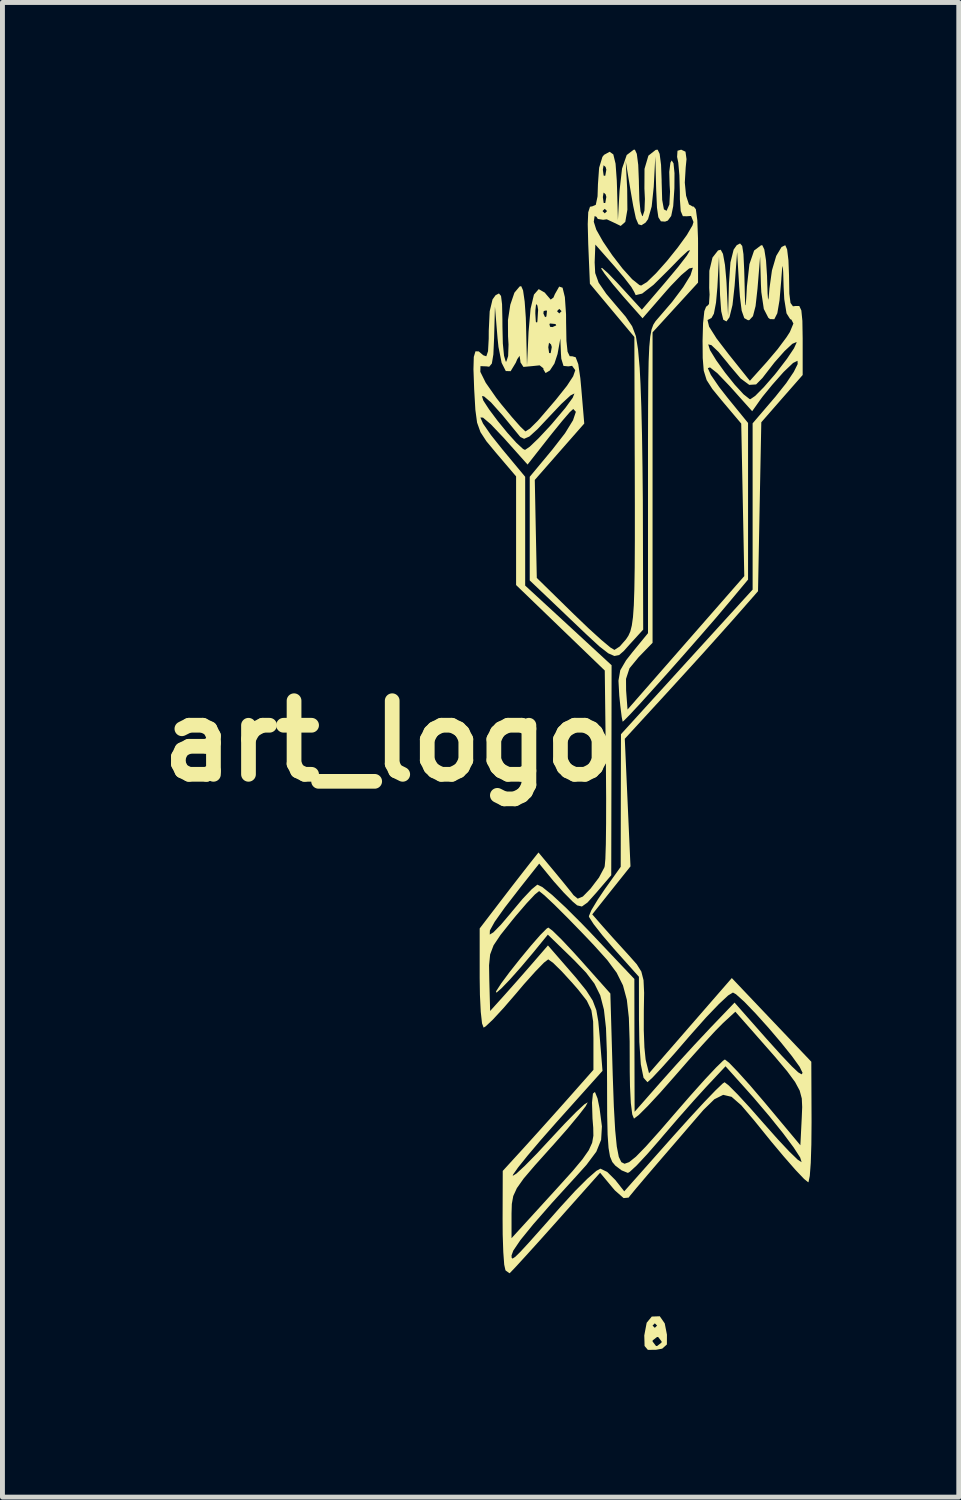
<source format=kicad_pcb>
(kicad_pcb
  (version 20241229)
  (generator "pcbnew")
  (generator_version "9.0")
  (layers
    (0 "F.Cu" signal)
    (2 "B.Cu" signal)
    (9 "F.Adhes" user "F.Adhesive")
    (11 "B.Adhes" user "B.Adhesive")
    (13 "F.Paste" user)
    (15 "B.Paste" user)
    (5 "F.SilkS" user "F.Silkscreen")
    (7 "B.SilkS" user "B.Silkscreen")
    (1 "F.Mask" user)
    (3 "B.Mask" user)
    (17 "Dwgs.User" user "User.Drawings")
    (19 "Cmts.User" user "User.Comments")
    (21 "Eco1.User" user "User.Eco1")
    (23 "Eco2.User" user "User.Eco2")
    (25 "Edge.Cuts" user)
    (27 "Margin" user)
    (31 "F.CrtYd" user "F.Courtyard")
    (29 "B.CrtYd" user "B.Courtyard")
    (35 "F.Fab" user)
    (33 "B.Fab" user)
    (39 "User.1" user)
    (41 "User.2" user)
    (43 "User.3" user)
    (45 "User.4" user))
  (footprint "art_logo"
    (layer "F.Cu")
    (at 4.871 12.051)
    (property "Reference" "art_logo" (at 0 0 0) (layer "F.SilkS") (effects (font (size 1.5 1.5) (thickness 0.3))))
    (attr board_only exclude_from_pos_files exclude_from_bom)
    (fp_poly (pts (xy 3.523 0.417) (xy 3.476 0.464) (xy 3.43 0.417) (xy 3.476 0.371)) (stroke (width 0) (type solid)) (fill yes) (layer "F.SilkS"))
    (fp_poly (pts (xy 5.625 11.867) (xy 5.67 12.097) (xy 5.669 12.297) (xy 5.574 12.382) (xy 5.449 12.405) (xy 5.281 12.407) (xy 5.214 12.327) (xy 5.212 12.236) (xy 5.377 12.236) (xy 5.447 12.327) (xy 5.469 12.329) (xy 5.559 12.259) (xy 5.562 12.236) (xy 5.492 12.146) (xy 5.469 12.144) (xy 5.379 12.214) (xy 5.377 12.236) (xy 5.212 12.236) (xy 5.208 12.115) (xy 5.209 12.108) (xy 5.246 11.912) (xy 5.377 11.912) (xy 5.423 11.958) (xy 5.469 11.912) (xy 5.423 11.866) (xy 5.377 11.912) (xy 5.246 11.912) (xy 5.257 11.854) (xy 5.361 11.728) (xy 5.524 11.722)) (stroke (width 0) (type solid)) (fill yes) (layer "F.SilkS"))
    (fp_poly (pts (xy 6.048 -12.01) (xy 6.069 -11.858) (xy 6.052 -11.686) (xy 6.034 -11.379) (xy 6.06 -11.113) (xy 6.119 -10.934) (xy 6.203 -10.888) (xy 6.214 -10.894) (xy 6.259 -10.837) (xy 6.289 -10.614) (xy 6.303 -10.247) (xy 6.304 -10.146) (xy 6.304 -9.342) (xy 5.84 -8.835) (xy 5.377 -8.328) (xy 5.377 -5.165) (xy 5.377 -2.002) (xy 5.093 -1.709) (xy 4.907 -1.483) (xy 4.836 -1.267) (xy 4.838 -1.029) (xy 4.867 -0.642) (xy 6.056 -2.001) (xy 7.246 -3.361) (xy 7.215 -4.915) (xy 7.184 -6.469) (xy 6.79 -6.936) (xy 6.596 -7.173) (xy 6.479 -7.356) (xy 6.42 -7.547) (xy 6.399 -7.805) (xy 6.397 -8.083) (xy 6.511 -8.083) (xy 6.548 -7.965) (xy 6.675 -7.758) (xy 6.855 -7.507) (xy 7.052 -7.261) (xy 7.231 -7.066) (xy 7.354 -6.969) (xy 7.37 -6.966) (xy 7.468 -7.033) (xy 7.645 -7.212) (xy 7.866 -7.466) (xy 7.911 -7.522) (xy 8.117 -7.791) (xy 8.259 -8.003) (xy 8.312 -8.12) (xy 8.309 -8.13) (xy 8.226 -8.095) (xy 8.066 -7.946) (xy 7.862 -7.716) (xy 7.649 -7.441) (xy 7.619 -7.401) (xy 7.487 -7.267) (xy 7.347 -7.258) (xy 7.173 -7.387) (xy 6.938 -7.664) (xy 6.906 -7.706) (xy 6.718 -7.933) (xy 6.576 -8.068) (xy 6.511 -8.083) (xy 6.397 -8.083) (xy 6.396 -8.157) (xy 6.406 -8.516) (xy 6.413 -8.579) (xy 6.497 -8.579) (xy 6.529 -8.445) (xy 6.681 -8.204) (xy 6.925 -7.885) (xy 7.36 -7.341) (xy 7.706 -7.726) (xy 7.926 -7.986) (xy 8.107 -8.229) (xy 8.175 -8.335) (xy 8.247 -8.508) (xy 8.207 -8.587) (xy 8.181 -8.598) (xy 8.107 -8.716) (xy 8.061 -9.004) (xy 8.048 -9.255) (xy 8.039 -9.557) (xy 8.029 -9.682) (xy 8.018 -9.638) (xy 8.002 -9.433) (xy 8.001 -9.409) (xy 7.964 -8.981) (xy 7.919 -8.717) (xy 7.858 -8.596) (xy 7.773 -8.598) (xy 7.737 -8.624) (xy 7.644 -8.805) (xy 7.593 -9.149) (xy 7.585 -9.305) (xy 7.569 -9.873) (xy 7.516 -9.224) (xy 7.476 -8.863) (xy 7.423 -8.658) (xy 7.35 -8.579) (xy 7.323 -8.575) (xy 7.246 -8.618) (xy 7.193 -8.77) (xy 7.157 -9.06) (xy 7.142 -9.27) (xy 7.1 -9.965) (xy 7.049 -9.277) (xy 7.006 -8.886) (xy 6.944 -8.635) (xy 6.883 -8.551) (xy 6.818 -8.586) (xy 6.776 -8.758) (xy 6.752 -9.089) (xy 6.749 -9.193) (xy 6.731 -9.873) (xy 6.698 -9.247) (xy 6.67 -8.933) (xy 6.627 -8.709) (xy 6.578 -8.621) (xy 6.578 -8.621) (xy 6.497 -8.579) (xy 6.413 -8.579) (xy 6.432 -8.76) (xy 6.471 -8.859) (xy 6.482 -8.857) (xy 6.527 -8.905) (xy 6.539 -9.098) (xy 6.531 -9.234) (xy 6.534 -9.583) (xy 6.598 -9.852) (xy 6.711 -9.997) (xy 6.766 -10.012) (xy 6.812 -9.927) (xy 6.853 -9.702) (xy 6.881 -9.385) (xy 6.884 -9.34) (xy 6.916 -8.668) (xy 6.934 -9.328) (xy 6.964 -9.754) (xy 7.029 -10.014) (xy 7.092 -10.104) (xy 7.16 -10.14) (xy 7.204 -10.089) (xy 7.229 -9.922) (xy 7.244 -9.61) (xy 7.249 -9.444) (xy 7.258 -9.08) (xy 7.265 -8.894) (xy 7.274 -8.877) (xy 7.286 -9.022) (xy 7.3 -9.267) (xy 7.351 -9.718) (xy 7.446 -9.995) (xy 7.587 -10.102) (xy 7.613 -10.104) (xy 7.654 -10.019) (xy 7.689 -9.795) (xy 7.71 -9.477) (xy 7.711 -9.432) (xy 7.721 -9.123) (xy 7.731 -8.992) (xy 7.743 -9.033) (xy 7.759 -9.224) (xy 7.81 -9.591) (xy 7.897 -9.886) (xy 8.006 -10.068) (xy 8.081 -10.104) (xy 8.119 -10.02) (xy 8.146 -9.796) (xy 8.158 -9.482) (xy 8.158 -9.458) (xy 8.164 -9.117) (xy 8.188 -8.928) (xy 8.238 -8.859) (xy 8.297 -8.866) (xy 8.367 -8.865) (xy 8.409 -8.775) (xy 8.43 -8.564) (xy 8.436 -8.201) (xy 8.436 -8.189) (xy 8.436 -7.459) (xy 8.014 -6.978) (xy 7.593 -6.496) (xy 7.559 -4.774) (xy 7.526 -3.053) (xy 7.02 -2.476) (xy 6.754 -2.178) (xy 6.409 -1.793) (xy 6.027 -1.373) (xy 5.662 -0.973) (xy 4.811 -0.046) (xy 4.869 1.254) (xy 4.927 2.554) (xy 4.537 3.043) (xy 4.148 3.532) (xy 4.366 3.782) (xy 4.567 4.008) (xy 4.812 4.277) (xy 4.901 4.375) (xy 5.055 4.549) (xy 5.148 4.697) (xy 5.193 4.873) (xy 5.205 5.131) (xy 5.199 5.496) (xy 5.198 5.891) (xy 5.211 6.242) (xy 5.235 6.486) (xy 5.243 6.523) (xy 5.305 6.771) (xy 5.487 6.561) (xy 5.623 6.404) (xy 5.847 6.147) (xy 6.122 5.83) (xy 6.331 5.59) (xy 6.992 4.83) (xy 7.802 5.683) (xy 8.612 6.535) (xy 8.617 7.764) (xy 8.613 8.217) (xy 8.601 8.594) (xy 8.581 8.862) (xy 8.555 8.987) (xy 8.549 8.992) (xy 8.465 8.924) (xy 8.291 8.741) (xy 8.053 8.469) (xy 7.794 8.16) (xy 7.442 7.725) (xy 7.184 7.422) (xy 6.987 7.25) (xy 6.816 7.21) (xy 6.636 7.3) (xy 6.412 7.519) (xy 6.111 7.868) (xy 5.886 8.13) (xy 5.559 8.509) (xy 5.273 8.843) (xy 5.051 9.105) (xy 4.916 9.268) (xy 4.889 9.304) (xy 4.787 9.314) (xy 4.61 9.158) (xy 4.563 9.103) (xy 4.308 8.797) (xy 3.396 9.822) (xy 3.075 10.181) (xy 2.8 10.485) (xy 2.594 10.71) (xy 2.479 10.831) (xy 2.463 10.846) (xy 2.389 10.794) (xy 2.379 10.784) (xy 2.354 10.671) (xy 2.335 10.414) (xy 2.323 10.055) (xy 2.321 9.741) (xy 2.324 8.76) (xy 2.747 8.297) (xy 3.029 7.985) (xy 3.361 7.615) (xy 3.671 7.267) (xy 4.172 6.7) (xy 4.172 6.06) (xy 4.166 5.716) (xy 4.13 5.484) (xy 4.037 5.291) (xy 3.86 5.065) (xy 3.747 4.935) (xy 3.526 4.693) (xy 3.349 4.519) (xy 3.252 4.45) (xy 3.25 4.45) (xy 3.164 4.516) (xy 2.989 4.696) (xy 2.755 4.957) (xy 2.596 5.145) (xy 2.34 5.441) (xy 2.124 5.675) (xy 1.977 5.814) (xy 1.934 5.84) (xy 1.902 5.754) (xy 1.876 5.52) (xy 1.859 5.175) (xy 1.854 4.83) (xy 1.854 4.57) (xy 2.045 4.57) (xy 2.05 4.875) (xy 2.067 5.501) (xy 2.355 5.182) (xy 2.604 4.902) (xy 2.872 4.596) (xy 2.943 4.514) (xy 3.245 4.165) (xy 3.51 4.47) (xy 3.818 4.825) (xy 4.026 5.083) (xy 4.157 5.288) (xy 4.231 5.483) (xy 4.271 5.711) (xy 4.299 6.015) (xy 4.3 6.026) (xy 4.357 6.721) (xy 3.419 7.768) (xy 3.097 8.134) (xy 2.829 8.45) (xy 2.635 8.692) (xy 2.535 8.834) (xy 2.527 8.861) (xy 2.602 8.815) (xy 2.775 8.655) (xy 3.019 8.407) (xy 3.292 8.113) (xy 3.579 7.805) (xy 3.819 7.56) (xy 3.987 7.404) (xy 4.056 7.362) (xy 4.013 7.443) (xy 3.867 7.632) (xy 3.64 7.905) (xy 3.352 8.232) (xy 3.301 8.288) (xy 2.973 8.654) (xy 2.75 8.916) (xy 2.612 9.111) (xy 2.538 9.272) (xy 2.509 9.433) (xy 2.503 9.63) (xy 2.503 9.651) (xy 2.503 10.131) (xy 3.044 9.538) (xy 3.447 9.096) (xy 3.744 8.767) (xy 3.948 8.523) (xy 4.077 8.338) (xy 4.146 8.187) (xy 4.171 8.043) (xy 4.168 7.88) (xy 4.153 7.693) (xy 4.143 7.368) (xy 4.162 7.184) (xy 4.203 7.151) (xy 4.256 7.283) (xy 4.297 7.486) (xy 4.345 7.852) (xy 4.329 8.126) (xy 4.231 8.368) (xy 4.031 8.636) (xy 3.836 8.853) (xy 3.327 9.412) (xy 2.945 9.849) (xy 2.684 10.17) (xy 2.539 10.384) (xy 2.503 10.483) (xy 2.506 10.532) (xy 2.525 10.547) (xy 2.579 10.511) (xy 2.685 10.407) (xy 2.86 10.217) (xy 3.121 9.924) (xy 3.487 9.51) (xy 3.515 9.479) (xy 3.799 9.169) (xy 4.049 8.919) (xy 4.232 8.759) (xy 4.314 8.714) (xy 4.453 8.781) (xy 4.616 8.943) (xy 4.618 8.945) (xy 4.8 9.176) (xy 5.787 8.064) (xy 6.125 7.688) (xy 6.422 7.366) (xy 6.657 7.122) (xy 6.805 6.98) (xy 6.845 6.953) (xy 6.93 7.019) (xy 7.109 7.199) (xy 7.355 7.466) (xy 7.641 7.791) (xy 7.925 8.111) (xy 8.165 8.367) (xy 8.336 8.532) (xy 8.413 8.582) (xy 8.414 8.581) (xy 8.385 8.487) (xy 8.252 8.282) (xy 8.036 7.992) (xy 7.757 7.645) (xy 7.435 7.266) (xy 7.28 7.092) (xy 6.864 6.628) (xy 6.468 7.051) (xy 6.219 7.325) (xy 5.908 7.677) (xy 5.594 8.042) (xy 5.516 8.134) (xy 5.264 8.423) (xy 5.052 8.65) (xy 4.91 8.781) (xy 4.874 8.801) (xy 4.746 8.749) (xy 4.619 8.653) (xy 4.556 8.578) (xy 4.51 8.467) (xy 4.48 8.291) (xy 4.461 8.021) (xy 4.452 7.628) (xy 4.45 7.083) (xy 4.45 6.982) (xy 4.446 6.339) (xy 4.428 5.848) (xy 4.386 5.474) (xy 4.311 5.183) (xy 4.192 4.943) (xy 4.021 4.718) (xy 3.788 4.475) (xy 3.718 4.406) (xy 3.243 3.945) (xy 2.943 4.313) (xy 2.695 4.607) (xy 2.472 4.858) (xy 2.297 5.04) (xy 2.195 5.129) (xy 2.187 5.101) (xy 2.189 5.099) (xy 2.292 4.939) (xy 2.466 4.705) (xy 2.679 4.436) (xy 2.897 4.172) (xy 3.088 3.954) (xy 3.219 3.822) (xy 3.253 3.801) (xy 3.34 3.866) (xy 3.518 4.04) (xy 3.758 4.295) (xy 3.919 4.473) (xy 4.517 5.145) (xy 4.565 6.799) (xy 4.588 7.446) (xy 4.615 7.927) (xy 4.648 8.263) (xy 4.689 8.474) (xy 4.74 8.58) (xy 4.742 8.582) (xy 4.806 8.614) (xy 4.898 8.582) (xy 5.037 8.471) (xy 5.24 8.263) (xy 5.527 7.942) (xy 5.822 7.6) (xy 6.152 7.221) (xy 6.441 6.898) (xy 6.67 6.654) (xy 6.814 6.514) (xy 6.851 6.489) (xy 6.937 6.556) (xy 7.114 6.74) (xy 7.358 7.011) (xy 7.643 7.344) (xy 7.659 7.363) (xy 8.389 8.237) (xy 8.417 7.68) (xy 8.426 7.459) (xy 8.418 7.284) (xy 8.375 7.123) (xy 8.281 6.948) (xy 8.119 6.728) (xy 7.872 6.434) (xy 7.523 6.037) (xy 7.432 5.933) (xy 7.064 5.516) (xy 6.813 5.747) (xy 6.653 5.909) (xy 6.408 6.175) (xy 6.111 6.506) (xy 5.822 6.837) (xy 5.531 7.167) (xy 5.279 7.438) (xy 5.093 7.623) (xy 4.999 7.694) (xy 4.998 7.694) (xy 4.963 7.608) (xy 4.934 7.375) (xy 4.917 7.034) (xy 4.912 6.744) (xy 4.91 6.118) (xy 4.894 5.64) (xy 4.853 5.273) (xy 4.774 4.979) (xy 4.645 4.721) (xy 4.452 4.461) (xy 4.183 4.162) (xy 3.961 3.928) (xy 3.645 3.603) (xy 3.375 3.334) (xy 3.174 3.145) (xy 3.07 3.061) (xy 3.064 3.059) (xy 2.98 3.126) (xy 2.812 3.305) (xy 2.592 3.561) (xy 2.516 3.654) (xy 2.279 3.951) (xy 2.137 4.163) (xy 2.067 4.349) (xy 2.045 4.57) (xy 1.854 4.57) (xy 1.854 3.819) (xy 2.269 3.277) (xy 2.503 2.972) (xy 2.719 2.694) (xy 2.868 2.503) (xy 3.052 2.271) (xy 3.357 2.636) (xy 3.555 2.876) (xy 3.716 3.075) (xy 3.766 3.141) (xy 3.852 3.212) (xy 3.956 3.169) (xy 4.113 3.008) (xy 4.285 2.782) (xy 4.394 2.577) (xy 4.402 2.549) (xy 4.415 2.403) (xy 4.425 2.102) (xy 4.43 1.679) (xy 4.431 1.163) (xy 4.427 0.586) (xy 4.426 0.464) (xy 4.403 -1.437) (xy 3.499 -2.308) (xy 2.596 -3.179) (xy 2.596 -4.286) (xy 2.596 -5.393) (xy 2.188 -5.872) (xy 1.992 -6.108) (xy 1.87 -6.295) (xy 1.801 -6.489) (xy 1.787 -6.593) (xy 1.868 -6.593) (xy 1.922 -6.47) (xy 2.085 -6.234) (xy 2.318 -5.942) (xy 2.781 -5.385) (xy 2.781 -4.276) (xy 2.781 -3.168) (xy 3.662 -2.357) (xy 4.542 -1.545) (xy 4.539 0.595) (xy 4.535 2.735) (xy 4.234 3.087) (xy 4.051 3.291) (xy 3.937 3.372) (xy 3.841 3.349) (xy 3.749 3.272) (xy 3.569 3.09) (xy 3.358 2.853) (xy 3.316 2.802) (xy 3.067 2.498) (xy 2.68 2.987) (xy 2.363 3.397) (xy 2.16 3.683) (xy 2.062 3.86) (xy 2.059 3.944) (xy 2.059 3.944) (xy 2.133 3.899) (xy 2.288 3.741) (xy 2.491 3.502) (xy 2.509 3.479) (xy 2.727 3.219) (xy 2.914 3.021) (xy 3.028 2.927) (xy 3.029 2.927) (xy 3.13 2.975) (xy 3.331 3.137) (xy 3.605 3.391) (xy 3.929 3.714) (xy 4.075 3.865) (xy 5.006 4.848) (xy 5.008 6.202) (xy 5.011 7.555) (xy 5.54 6.953) (xy 5.866 6.588) (xy 6.225 6.196) (xy 6.542 5.858) (xy 6.559 5.84) (xy 7.048 5.33) (xy 7.293 5.608) (xy 7.701 6.07) (xy 8.003 6.405) (xy 8.214 6.628) (xy 8.346 6.752) (xy 8.415 6.792) (xy 8.434 6.762) (xy 8.375 6.64) (xy 8.217 6.421) (xy 7.994 6.143) (xy 7.737 5.841) (xy 7.477 5.552) (xy 7.247 5.313) (xy 7.077 5.16) (xy 7.015 5.125) (xy 6.918 5.184) (xy 6.728 5.361) (xy 6.471 5.629) (xy 6.175 5.962) (xy 6.118 6.027) (xy 5.821 6.371) (xy 5.565 6.656) (xy 5.376 6.858) (xy 5.278 6.948) (xy 5.272 6.951) (xy 5.193 6.862) (xy 5.138 6.589) (xy 5.107 6.133) (xy 5.1 5.67) (xy 5.099 4.804) (xy 4.589 4.233) (xy 4.354 3.958) (xy 4.176 3.731) (xy 4.085 3.589) (xy 4.079 3.569) (xy 4.129 3.448) (xy 4.26 3.231) (xy 4.403 3.019) (xy 4.728 2.563) (xy 4.73 1.212) (xy 4.733 -0.139) (xy 6.074 -1.613) (xy 7.416 -3.086) (xy 7.416 -4.78) (xy 7.416 -6.474) (xy 7.879 -7.015) (xy 8.101 -7.294) (xy 8.255 -7.523) (xy 8.334 -7.682) (xy 8.331 -7.749) (xy 8.241 -7.705) (xy 8.055 -7.528) (xy 8.037 -7.509) (xy 7.814 -7.257) (xy 7.619 -7.018) (xy 7.571 -6.953) (xy 7.407 -6.721) (xy 6.951 -7.231) (xy 6.698 -7.495) (xy 6.548 -7.614) (xy 6.503 -7.599) (xy 6.565 -7.461) (xy 6.737 -7.21) (xy 6.906 -6.994) (xy 7.323 -6.482) (xy 7.323 -4.886) (xy 7.323 -3.29) (xy 6.929 -2.818) (xy 6.671 -2.512) (xy 6.364 -2.158) (xy 6.033 -1.78) (xy 5.699 -1.402) (xy 5.385 -1.052) (xy 5.114 -0.752) (xy 4.907 -0.53) (xy 4.787 -0.409) (xy 4.767 -0.395) (xy 4.748 -0.491) (xy 4.72 -0.717) (xy 4.699 -0.922) (xy 4.682 -1.231) (xy 4.719 -1.443) (xy 4.837 -1.645) (xy 4.968 -1.812) (xy 5.284 -2.198) (xy 5.284 -5.294) (xy 5.284 -6.133) (xy 5.286 -6.806) (xy 5.29 -7.334) (xy 5.297 -7.736) (xy 5.31 -8.032) (xy 5.33 -8.242) (xy 5.356 -8.386) (xy 5.392 -8.484) (xy 5.438 -8.556) (xy 5.495 -8.622) (xy 5.495 -8.622) (xy 5.775 -8.948) (xy 6.001 -9.249) (xy 6.15 -9.491) (xy 6.196 -9.638) (xy 6.194 -9.646) (xy 6.123 -9.63) (xy 5.964 -9.497) (xy 5.747 -9.273) (xy 5.666 -9.182) (xy 5.173 -8.615) (xy 4.788 -9.049) (xy 4.572 -9.303) (xy 4.402 -9.52) (xy 4.328 -9.631) (xy 4.347 -9.642) (xy 4.466 -9.537) (xy 4.659 -9.336) (xy 4.706 -9.285) (xy 5.159 -8.79) (xy 5.623 -9.332) (xy 5.901 -9.665) (xy 6.075 -9.891) (xy 6.142 -10.002) (xy 6.099 -9.99) (xy 5.945 -9.848) (xy 5.721 -9.618) (xy 5.396 -9.296) (xy 5.165 -9.118) (xy 5.033 -9.087) (xy 5.002 -9.154) (xy 4.943 -9.255) (xy 4.793 -9.449) (xy 4.605 -9.67) (xy 4.211 -10.117) (xy 4.197 -9.755) (xy 4.208 -9.537) (xy 4.278 -9.341) (xy 4.434 -9.113) (xy 4.617 -8.896) (xy 4.829 -8.647) (xy 4.961 -8.452) (xy 5.038 -8.25) (xy 5.081 -7.98) (xy 5.114 -7.606) (xy 5.131 -7.283) (xy 5.148 -6.813) (xy 5.162 -6.233) (xy 5.172 -5.583) (xy 5.179 -4.9) (xy 5.18 -4.542) (xy 5.186 -2.271) (xy 4.905 -1.963) (xy 4.789 -1.833) (xy 4.695 -1.752) (xy 4.599 -1.733) (xy 4.474 -1.788) (xy 4.294 -1.928) (xy 4.034 -2.168) (xy 3.666 -2.518) (xy 3.594 -2.587) (xy 2.874 -3.273) (xy 2.874 -4.329) (xy 2.874 -5.385) (xy 3.337 -5.942) (xy 3.594 -6.274) (xy 3.756 -6.537) (xy 3.814 -6.709) (xy 3.761 -6.767) (xy 3.688 -6.7) (xy 3.534 -6.521) (xy 3.326 -6.265) (xy 3.275 -6.201) (xy 2.83 -5.634) (xy 2.344 -6.178) (xy 2.08 -6.456) (xy 1.921 -6.591) (xy 1.868 -6.593) (xy 1.787 -6.593) (xy 1.766 -6.749) (xy 1.75 -7.029) (xy 1.9 -7.029) (xy 1.928 -6.939) (xy 2.047 -6.756) (xy 2.222 -6.522) (xy 2.418 -6.282) (xy 2.602 -6.077) (xy 2.738 -5.952) (xy 2.778 -5.933) (xy 2.874 -5.998) (xy 3.054 -6.17) (xy 3.282 -6.414) (xy 3.328 -6.466) (xy 3.598 -6.786) (xy 3.749 -6.994) (xy 3.785 -7.083) (xy 3.707 -7.044) (xy 3.517 -6.869) (xy 3.289 -6.628) (xy 3.032 -6.355) (xy 2.866 -6.205) (xy 2.759 -6.159) (xy 2.683 -6.196) (xy 2.665 -6.217) (xy 2.324 -6.633) (xy 2.085 -6.901) (xy 1.942 -7.024) (xy 1.9 -7.029) (xy 1.75 -7.029) (xy 1.744 -7.133) (xy 1.742 -7.161) (xy 1.729 -7.524) (xy 1.867 -7.524) (xy 1.977 -7.302) (xy 2.194 -6.991) (xy 2.294 -6.863) (xy 2.512 -6.6) (xy 2.685 -6.405) (xy 2.782 -6.313) (xy 2.789 -6.31) (xy 2.879 -6.369) (xy 3.033 -6.521) (xy 3.067 -6.559) (xy 3.407 -6.956) (xy 3.633 -7.24) (xy 3.759 -7.433) (xy 3.801 -7.554) (xy 3.801 -7.559) (xy 3.737 -7.646) (xy 3.662 -7.635) (xy 3.562 -7.644) (xy 3.517 -7.792) (xy 3.51 -7.893) (xy 3.498 -8.204) (xy 3.441 -7.887) (xy 3.377 -7.692) (xy 3.284 -7.551) (xy 3.197 -7.499) (xy 3.153 -7.572) (xy 3.152 -7.596) (xy 3.076 -7.656) (xy 2.92 -7.64) (xy 2.745 -7.624) (xy 2.685 -7.717) (xy 2.682 -7.754) (xy 2.667 -7.85) (xy 2.62 -7.782) (xy 2.59 -7.71) (xy 2.485 -7.537) (xy 2.386 -7.54) (xy 2.301 -7.708) (xy 2.237 -8.03) (xy 2.218 -8.211) (xy 2.165 -8.853) (xy 2.148 -8.217) (xy 2.133 -7.879) (xy 2.102 -7.693) (xy 2.048 -7.628) (xy 1.993 -7.635) (xy 1.87 -7.64) (xy 1.867 -7.524) (xy 1.729 -7.524) (xy 1.727 -7.575) (xy 1.734 -7.828) (xy 1.768 -7.942) (xy 1.835 -7.94) (xy 1.928 -7.861) (xy 1.989 -7.84) (xy 2.024 -7.943) (xy 2.038 -8.197) (xy 2.039 -8.36) (xy 2.058 -8.757) (xy 2.116 -8.999) (xy 2.178 -9.085) (xy 2.247 -9.121) (xy 2.289 -9.07) (xy 2.31 -8.902) (xy 2.317 -8.589) (xy 2.318 -8.442) (xy 2.326 -8.101) (xy 2.35 -7.852) (xy 2.384 -7.735) (xy 2.397 -7.732) (xy 2.434 -7.845) (xy 2.442 -8.079) (xy 2.432 -8.247) (xy 2.43 -8.577) (xy 2.478 -8.891) (xy 2.562 -9.137) (xy 2.668 -9.263) (xy 2.7 -9.27) (xy 2.738 -9.184) (xy 2.771 -8.955) (xy 2.794 -8.625) (xy 2.799 -8.459) (xy 2.818 -7.648) (xy 2.836 -8.026) (xy 3.252 -8.026) (xy 3.269 -7.906) (xy 3.301 -7.905) (xy 3.323 -8.029) (xy 3.308 -8.082) (xy 3.267 -8.117) (xy 3.252 -8.026) (xy 2.836 -8.026) (xy 2.85 -8.339) (xy 2.864 -8.498) (xy 3.275 -8.498) (xy 3.288 -8.442) (xy 3.337 -8.436) (xy 3.414 -8.47) (xy 3.399 -8.498) (xy 3.289 -8.509) (xy 3.275 -8.498) (xy 2.864 -8.498) (xy 2.883 -8.714) (xy 2.988 -8.714) (xy 2.998 -8.545) (xy 3.022 -8.525) (xy 3.03 -8.552) (xy 3.04 -8.714) (xy 3.152 -8.714) (xy 3.186 -8.638) (xy 3.214 -8.652) (xy 3.225 -8.76) (xy 3.43 -8.76) (xy 3.476 -8.714) (xy 3.523 -8.76) (xy 3.476 -8.807) (xy 3.43 -8.76) (xy 3.225 -8.76) (xy 3.225 -8.762) (xy 3.214 -8.776) (xy 3.159 -8.763) (xy 3.152 -8.714) (xy 3.04 -8.714) (xy 3.045 -8.787) (xy 3.03 -8.876) (xy 3.003 -8.905) (xy 2.989 -8.777) (xy 2.988 -8.714) (xy 2.883 -8.714) (xy 2.891 -8.808) (xy 2.96 -9.098) (xy 3.057 -9.209) (xy 3.181 -9.138) (xy 3.204 -9.109) (xy 3.301 -8.996) (xy 3.357 -9.037) (xy 3.387 -9.108) (xy 3.474 -9.261) (xy 3.543 -9.238) (xy 3.59 -9.046) (xy 3.614 -8.694) (xy 3.615 -8.531) (xy 3.622 -8.154) (xy 3.645 -7.934) (xy 3.689 -7.842) (xy 3.74 -7.841) (xy 3.81 -7.821) (xy 3.863 -7.681) (xy 3.905 -7.395) (xy 3.925 -7.179) (xy 3.985 -6.47) (xy 3.481 -5.896) (xy 2.977 -5.321) (xy 2.997 -4.322) (xy 3.018 -3.324) (xy 3.768 -2.589) (xy 4.074 -2.296) (xy 4.335 -2.059) (xy 4.521 -1.904) (xy 4.6 -1.857) (xy 4.708 -1.927) (xy 4.837 -2.074) (xy 4.885 -2.147) (xy 4.924 -2.234) (xy 4.954 -2.354) (xy 4.978 -2.525) (xy 4.995 -2.765) (xy 5.006 -3.094) (xy 5.013 -3.53) (xy 5.016 -4.092) (xy 5.016 -4.798) (xy 5.014 -5.668) (xy 5.013 -5.855) (xy 5.006 -8.234) (xy 4.553 -8.776) (xy 4.1 -9.319) (xy 4.066 -10.13) (xy 4.056 -10.533) (xy 4.066 -10.777) (xy 4.074 -10.8) (xy 4.357 -10.8) (xy 4.403 -10.753) (xy 4.45 -10.8) (xy 4.403 -10.846) (xy 4.357 -10.8) (xy 4.074 -10.8) (xy 4.102 -10.888) (xy 4.148 -10.896) (xy 4.22 -10.927) (xy 4.253 -11.085) (xy 4.364 -11.085) (xy 4.381 -10.965) (xy 4.413 -10.964) (xy 4.435 -11.088) (xy 4.42 -11.141) (xy 4.379 -11.177) (xy 4.364 -11.085) (xy 4.253 -11.085) (xy 4.256 -11.103) (xy 4.264 -11.347) (xy 4.285 -11.642) (xy 4.364 -11.642) (xy 4.381 -11.521) (xy 4.413 -11.52) (xy 4.435 -11.644) (xy 4.42 -11.698) (xy 4.379 -11.733) (xy 4.364 -11.642) (xy 4.285 -11.642) (xy 4.289 -11.685) (xy 4.355 -11.904) (xy 4.389 -11.946) (xy 4.502 -12.008) (xy 4.577 -11.955) (xy 4.623 -11.766) (xy 4.648 -11.421) (xy 4.653 -11.271) (xy 4.671 -10.614) (xy 4.704 -11.213) (xy 4.755 -11.665) (xy 4.85 -11.942) (xy 4.991 -12.049) (xy 5.017 -12.051) (xy 5.056 -11.966) (xy 5.085 -11.741) (xy 5.098 -11.42) (xy 5.099 -11.35) (xy 5.108 -11.025) (xy 5.132 -10.793) (xy 5.167 -10.697) (xy 5.176 -10.698) (xy 5.212 -10.809) (xy 5.221 -11.045) (xy 5.211 -11.259) (xy 5.213 -11.66) (xy 5.292 -11.929) (xy 5.441 -12.047) (xy 5.481 -12.051) (xy 5.521 -11.966) (xy 5.55 -11.743) (xy 5.562 -11.427) (xy 5.562 -11.397) (xy 5.573 -11.028) (xy 5.608 -10.835) (xy 5.663 -10.805) (xy 5.72 -10.935) (xy 5.733 -11.198) (xy 5.725 -11.324) (xy 5.717 -11.598) (xy 5.741 -11.787) (xy 5.767 -11.831) (xy 5.804 -11.773) (xy 5.824 -11.572) (xy 5.822 -11.269) (xy 5.821 -11.249) (xy 5.798 -10.901) (xy 5.757 -10.7) (xy 5.688 -10.606) (xy 5.632 -10.585) (xy 5.547 -10.591) (xy 5.495 -10.674) (xy 5.467 -10.868) (xy 5.452 -11.21) (xy 5.451 -11.233) (xy 5.433 -11.912) (xy 5.401 -11.294) (xy 5.359 -10.893) (xy 5.285 -10.635) (xy 5.235 -10.565) (xy 5.151 -10.511) (xy 5.089 -10.53) (xy 5.037 -10.651) (xy 4.983 -10.903) (xy 4.921 -11.263) (xy 4.83 -11.819) (xy 4.86 -11.25) (xy 4.864 -10.828) (xy 4.821 -10.579) (xy 4.728 -10.497) (xy 4.6 -10.559) (xy 4.444 -10.632) (xy 4.369 -10.622) (xy 4.262 -10.639) (xy 4.233 -10.683) (xy 4.196 -10.698) (xy 4.179 -10.582) (xy 4.23 -10.421) (xy 4.367 -10.178) (xy 4.557 -9.898) (xy 4.766 -9.627) (xy 4.962 -9.41) (xy 5.11 -9.292) (xy 5.145 -9.282) (xy 5.261 -9.352) (xy 5.448 -9.533) (xy 5.669 -9.781) (xy 5.889 -10.055) (xy 6.075 -10.311) (xy 6.19 -10.507) (xy 6.211 -10.577) (xy 6.162 -10.7) (xy 6.072 -10.694) (xy 5.994 -10.696) (xy 5.951 -10.799) (xy 5.934 -11.037) (xy 5.933 -11.199) (xy 5.924 -11.525) (xy 5.901 -11.788) (xy 5.877 -11.904) (xy 5.885 -12.029) (xy 5.96 -12.051)) (stroke (width 0) (type solid)) (fill yes) (layer "F.SilkS")))
  (gr_rect
    (start -3 -3)
    (end 16.488 27.458)
    (stroke (width 0.1) (type default))
    (fill no)
    (layer "Edge.Cuts")))
</source>
